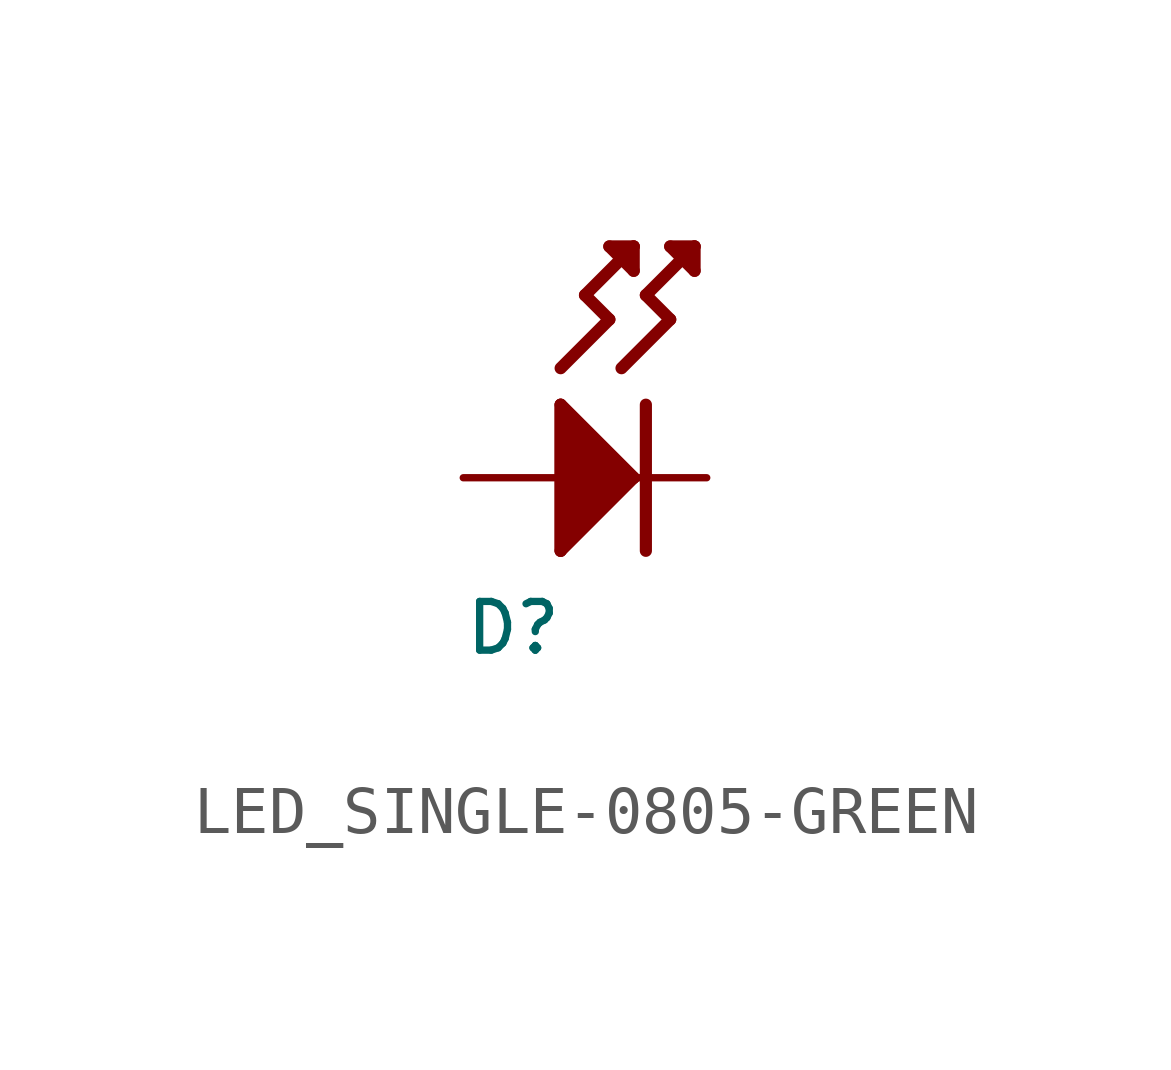
<source format=kicad_sym>
(kicad_symbol_lib
  (version 20231120)
  (generator "kicad_symbol_editor")
  (generator_version "8.0")
  (symbol "LED_SINGLE-0805-GREEN"
    (property "Reference" "D"
      (at -2.54 -2.54 0)
      (effects (font (size 1.016 1.016)) (justify left top)))
    (property "Value" ""
      (at -2.54 -5.08 0)
      (effects (font (size 1.016 1.016)) (justify left bottom)))
    (property "ki_locked" ""
      (at 0 0 0)
      (effects (font (size 1.27 1.27))))
    (symbol "LED_SINGLE-0805-GREEN_1_0"
      (polyline (pts (xy -0.508 -1.524) (xy -0.508 1.524)) (stroke (width 0.254) (type solid)) (fill (type none)))
      (polyline (pts (xy -0.508 1.524) (xy 1.016 0)) (stroke (width 0.254) (type solid)) (fill (type none)))
      (polyline (pts (xy -0.508 2.286) (xy 0.508 3.302)) (stroke (width 0.254) (type solid)) (fill (type none)))
      (polyline (pts (xy 0 3.81) (xy 1.016 4.826)) (stroke (width 0.254) (type solid)) (fill (type none)))
      (polyline (pts (xy 0.508 3.302) (xy 0 3.81)) (stroke (width 0.254) (type solid)) (fill (type none)))
      (polyline (pts (xy 0.508 4.826) (xy 1.016 4.318)) (stroke (width 0.254) (type solid)) (fill (type none)))
      (polyline (pts (xy 0.762 2.286) (xy 1.778 3.302)) (stroke (width 0.254) (type solid)) (fill (type none)))
      (polyline (pts (xy 1.016 0) (xy -0.508 -1.524)) (stroke (width 0.254) (type solid)) (fill (type none)))
      (polyline (pts (xy 1.016 4.318) (xy 1.016 4.826)) (stroke (width 0.254) (type solid)) (fill (type none)))
      (polyline (pts (xy 1.016 4.826) (xy 0.508 4.826)) (stroke (width 0.254) (type solid)) (fill (type none)))
      (polyline (pts (xy 1.27 1.524) (xy 1.27 -1.524)) (stroke (width 0.254) (type solid)) (fill (type none)))
      (polyline (pts (xy 1.27 3.81) (xy 2.286 4.826)) (stroke (width 0.254) (type solid)) (fill (type none)))
      (polyline (pts (xy 1.778 3.302) (xy 1.27 3.81)) (stroke (width 0.254) (type solid)) (fill (type none)))
      (polyline (pts (xy 1.778 4.826) (xy 2.286 4.318)) (stroke (width 0.254) (type solid)) (fill (type none)))
      (polyline (pts (xy 2.286 4.318) (xy 2.286 4.826)) (stroke (width 0.254) (type solid)) (fill (type none)))
      (polyline (pts (xy 2.286 4.826) (xy 1.778 4.826)) (stroke (width 0.254) (type solid)) (fill (type none)))
      (polyline (pts (xy -0.508 -1.524) (xy -0.508 1.524) (xy 1.016 0)) (stroke (width 0.254) (type solid)) (fill (type outline)))
      (pin power_in line (at -2.54 0 0) (length 2.54) (name "ANODE" (effects (font (size 0 0)))) (number "ANODE" (effects (font (size 0 0)))))
      (pin power_in line (at 2.54 0 180) (length 2.54) (name "CATHODE" (effects (font (size 0 0)))) (number "CATHODE" (effects (font (size 0 0))))))))
</source>
